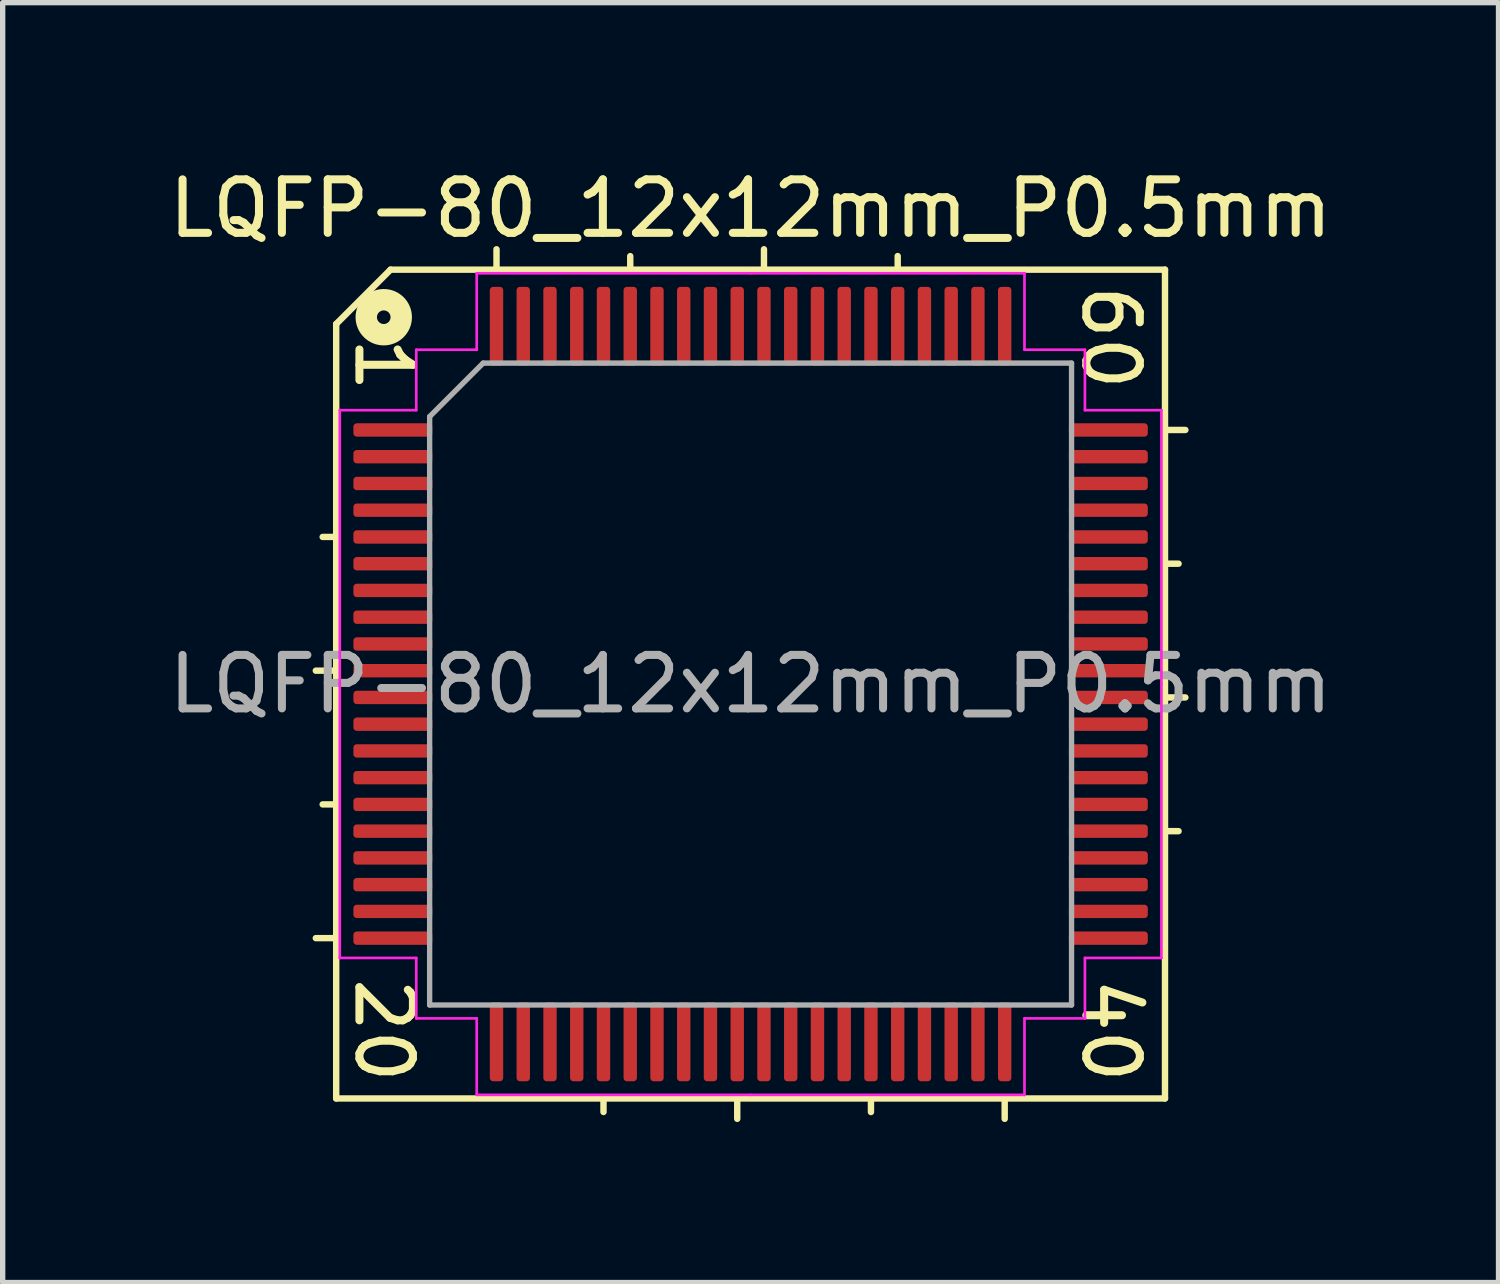
<source format=kicad_pcb>
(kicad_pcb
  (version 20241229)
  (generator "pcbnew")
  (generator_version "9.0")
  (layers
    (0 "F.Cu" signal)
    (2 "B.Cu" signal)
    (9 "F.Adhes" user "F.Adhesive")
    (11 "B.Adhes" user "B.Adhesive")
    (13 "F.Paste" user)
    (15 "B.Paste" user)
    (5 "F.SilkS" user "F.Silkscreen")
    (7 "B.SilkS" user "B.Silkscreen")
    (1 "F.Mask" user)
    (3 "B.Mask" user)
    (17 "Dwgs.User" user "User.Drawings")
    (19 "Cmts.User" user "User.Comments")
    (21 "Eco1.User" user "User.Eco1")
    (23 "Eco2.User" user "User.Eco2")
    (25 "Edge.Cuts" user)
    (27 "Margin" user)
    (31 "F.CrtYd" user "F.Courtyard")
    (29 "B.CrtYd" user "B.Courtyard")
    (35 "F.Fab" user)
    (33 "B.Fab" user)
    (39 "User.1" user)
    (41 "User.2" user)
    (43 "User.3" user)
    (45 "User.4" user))
  (footprint "LQFP-80_12x12mm_P0.5mm"
    (layer "F.Cu")
    (at 10.982 9.738)
    (property "Reference" "LQFP-80_12x12mm_P0.5mm" (at 0 -8.89 0) (layer "F.SilkS") (effects (font (size 1 1) (thickness 0.15))))
    (attr smd)
    (fp_line (start -8.128 -0.25) (end -7.747 -0.25) (stroke (width 0.12) (type solid)) (layer "F.SilkS"))
    (fp_line (start -8.128 4.75) (end -7.747 4.75) (stroke (width 0.12) (type solid)) (layer "F.SilkS"))
    (fp_line (start -8 2.25) (end -7.747 2.25) (stroke (width 0.12) (type solid)) (layer "F.SilkS"))
    (fp_line (start -7.747 -6.731) (end -7.747 7.747) (stroke (width 0.12) (type solid)) (layer "F.SilkS"))
    (fp_line (start -7.747 -2.75) (end -8 -2.75) (stroke (width 0.12) (type solid)) (layer "F.SilkS"))
    (fp_line (start -7.747 7.747) (end 7.747 7.747) (stroke (width 0.12) (type solid)) (layer "F.SilkS"))
    (fp_line (start -6.731 -7.747) (end -7.747 -6.731) (stroke (width 0.12) (type solid)) (layer "F.SilkS"))
    (fp_line (start -4.75 -7.747) (end -4.75 -8.128) (stroke (width 0.12) (type solid)) (layer "F.SilkS"))
    (fp_line (start -2.75 8) (end -2.75 7.747) (stroke (width 0.12) (type solid)) (layer "F.SilkS"))
    (fp_line (start -2.25 -7.747) (end -2.25 -8) (stroke (width 0.12) (type solid)) (layer "F.SilkS"))
    (fp_line (start -0.25 8.128) (end -0.25 7.747) (stroke (width 0.12) (type solid)) (layer "F.SilkS"))
    (fp_line (start 0.25 -7.747) (end 0.25 -8.128) (stroke (width 0.12) (type solid)) (layer "F.SilkS"))
    (fp_line (start 2.25 8.001) (end 2.25 7.747) (stroke (width 0.12) (type solid)) (layer "F.SilkS"))
    (fp_line (start 2.75 -7.747) (end 2.75 -8.001) (stroke (width 0.12) (type solid)) (layer "F.SilkS"))
    (fp_line (start 4.75 8.128) (end 4.75 7.747) (stroke (width 0.12) (type solid)) (layer "F.SilkS"))
    (fp_line (start 7.747 -7.747) (end -6.731 -7.747) (stroke (width 0.12) (type solid)) (layer "F.SilkS"))
    (fp_line (start 7.747 -4.75) (end 8.128 -4.75) (stroke (width 0.12) (type solid)) (layer "F.SilkS"))
    (fp_line (start 7.747 -2.25) (end 8.001 -2.25) (stroke (width 0.12) (type solid)) (layer "F.SilkS"))
    (fp_line (start 7.747 0.25) (end 8.128 0.25) (stroke (width 0.12) (type solid)) (layer "F.SilkS"))
    (fp_line (start 7.747 7.747) (end 7.747 -7.747) (stroke (width 0.12) (type solid)) (layer "F.SilkS"))
    (fp_line (start 7.748 2.75) (end 8.001 2.75) (stroke (width 0.12) (type solid)) (layer "F.SilkS"))
    (fp_circle (center -6.858 -6.858) (end -6.731 -6.858) (stroke (width 0.4) (type solid)) (fill no) (layer "F.SilkS"))
    (fp_line (start -7.68 -5.12) (end -7.68 0) (stroke (width 0.05) (type solid)) (layer "F.CrtYd"))
    (fp_line (start -7.68 5.12) (end -7.68 0) (stroke (width 0.05) (type solid)) (layer "F.CrtYd"))
    (fp_line (start -6.25 -6.25) (end -6.25 -5.12) (stroke (width 0.05) (type solid)) (layer "F.CrtYd"))
    (fp_line (start -6.25 -5.12) (end -7.68 -5.12) (stroke (width 0.05) (type solid)) (layer "F.CrtYd"))
    (fp_line (start -6.25 5.12) (end -7.68 5.12) (stroke (width 0.05) (type solid)) (layer "F.CrtYd"))
    (fp_line (start -6.25 6.25) (end -6.25 5.12) (stroke (width 0.05) (type solid)) (layer "F.CrtYd"))
    (fp_line (start -5.12 -7.68) (end -5.12 -6.25) (stroke (width 0.05) (type solid)) (layer "F.CrtYd"))
    (fp_line (start -5.12 -6.25) (end -6.25 -6.25) (stroke (width 0.05) (type solid)) (layer "F.CrtYd"))
    (fp_line (start -5.12 6.25) (end -6.25 6.25) (stroke (width 0.05) (type solid)) (layer "F.CrtYd"))
    (fp_line (start -5.12 7.68) (end -5.12 6.25) (stroke (width 0.05) (type solid)) (layer "F.CrtYd"))
    (fp_line (start 0 -7.68) (end -5.12 -7.68) (stroke (width 0.05) (type solid)) (layer "F.CrtYd"))
    (fp_line (start 0 -7.68) (end 5.12 -7.68) (stroke (width 0.05) (type solid)) (layer "F.CrtYd"))
    (fp_line (start 0 7.68) (end -5.12 7.68) (stroke (width 0.05) (type solid)) (layer "F.CrtYd"))
    (fp_line (start 0 7.68) (end 5.12 7.68) (stroke (width 0.05) (type solid)) (layer "F.CrtYd"))
    (fp_line (start 5.12 -7.68) (end 5.12 -6.25) (stroke (width 0.05) (type solid)) (layer "F.CrtYd"))
    (fp_line (start 5.12 -6.25) (end 6.25 -6.25) (stroke (width 0.05) (type solid)) (layer "F.CrtYd"))
    (fp_line (start 5.12 6.25) (end 6.25 6.25) (stroke (width 0.05) (type solid)) (layer "F.CrtYd"))
    (fp_line (start 5.12 7.68) (end 5.12 6.25) (stroke (width 0.05) (type solid)) (layer "F.CrtYd"))
    (fp_line (start 6.25 -6.25) (end 6.25 -5.12) (stroke (width 0.05) (type solid)) (layer "F.CrtYd"))
    (fp_line (start 6.25 -5.12) (end 7.68 -5.12) (stroke (width 0.05) (type solid)) (layer "F.CrtYd"))
    (fp_line (start 6.25 5.12) (end 7.68 5.12) (stroke (width 0.05) (type solid)) (layer "F.CrtYd"))
    (fp_line (start 6.25 6.25) (end 6.25 5.12) (stroke (width 0.05) (type solid)) (layer "F.CrtYd"))
    (fp_line (start 7.68 -5.12) (end 7.68 0) (stroke (width 0.05) (type solid)) (layer "F.CrtYd"))
    (fp_line (start 7.68 5.12) (end 7.68 0) (stroke (width 0.05) (type solid)) (layer "F.CrtYd"))
    (fp_line (start -6 -5) (end -5 -6) (stroke (width 0.1) (type solid)) (layer "F.Fab"))
    (fp_line (start -6 6) (end -6 -5) (stroke (width 0.1) (type solid)) (layer "F.Fab"))
    (fp_line (start -5 -6) (end 6 -6) (stroke (width 0.1) (type solid)) (layer "F.Fab"))
    (fp_line (start 6 -6) (end 6 6) (stroke (width 0.1) (type solid)) (layer "F.Fab"))
    (fp_line (start 6 6) (end -6 6) (stroke (width 0.1) (type solid)) (layer "F.Fab"))
    (fp_text user "1" (at -6.858 -5.969 270) (unlocked yes) (layer "F.SilkS") (effects (font (size 1 1) (thickness 0.15))))
    (fp_text user "40" (at 6.731 6.477 270) (unlocked yes) (layer "F.SilkS") (effects (font (size 1 1) (thickness 0.15))))
    (fp_text user "60" (at 6.731 -6.477 270) (unlocked yes) (layer "F.SilkS") (effects (font (size 1 1) (thickness 0.15))))
    (fp_text user "20" (at -6.858 6.477 270) (unlocked yes) (layer "F.SilkS") (effects (font (size 1 1) (thickness 0.15))))
    (fp_text user "${REFERENCE}" (at 0 0 0) (layer "F.Fab") (effects (font (size 1 1) (thickness 0.15))))
    (pad "1" smd roundrect (at -6.688 -4.75) (size 1.475 0.25) (layers "F.Cu" "F.Mask" "F.Paste") (roundrect_rratio 0.25))
    (pad "2" smd roundrect (at -6.688 -4.25) (size 1.475 0.25) (layers "F.Cu" "F.Mask" "F.Paste") (roundrect_rratio 0.25))
    (pad "3" smd roundrect (at -6.688 -3.75) (size 1.475 0.25) (layers "F.Cu" "F.Mask" "F.Paste") (roundrect_rratio 0.25))
    (pad "4" smd roundrect (at -6.688 -3.25) (size 1.475 0.25) (layers "F.Cu" "F.Mask" "F.Paste") (roundrect_rratio 0.25))
    (pad "5" smd roundrect (at -6.688 -2.75) (size 1.475 0.25) (layers "F.Cu" "F.Mask" "F.Paste") (roundrect_rratio 0.25))
    (pad "6" smd roundrect (at -6.688 -2.25) (size 1.475 0.25) (layers "F.Cu" "F.Mask" "F.Paste") (roundrect_rratio 0.25))
    (pad "7" smd roundrect (at -6.688 -1.75) (size 1.475 0.25) (layers "F.Cu" "F.Mask" "F.Paste") (roundrect_rratio 0.25))
    (pad "8" smd roundrect (at -6.688 -1.25) (size 1.475 0.25) (layers "F.Cu" "F.Mask" "F.Paste") (roundrect_rratio 0.25))
    (pad "9" smd roundrect (at -6.688 -0.75) (size 1.475 0.25) (layers "F.Cu" "F.Mask" "F.Paste") (roundrect_rratio 0.25))
    (pad "10" smd roundrect (at -6.688 -0.25) (size 1.475 0.25) (layers "F.Cu" "F.Mask" "F.Paste") (roundrect_rratio 0.25))
    (pad "11" smd roundrect (at -6.688 0.25) (size 1.475 0.25) (layers "F.Cu" "F.Mask" "F.Paste") (roundrect_rratio 0.25))
    (pad "12" smd roundrect (at -6.688 0.75) (size 1.475 0.25) (layers "F.Cu" "F.Mask" "F.Paste") (roundrect_rratio 0.25))
    (pad "13" smd roundrect (at -6.688 1.25) (size 1.475 0.25) (layers "F.Cu" "F.Mask" "F.Paste") (roundrect_rratio 0.25))
    (pad "14" smd roundrect (at -6.688 1.75) (size 1.475 0.25) (layers "F.Cu" "F.Mask" "F.Paste") (roundrect_rratio 0.25))
    (pad "15" smd roundrect (at -6.688 2.25) (size 1.475 0.25) (layers "F.Cu" "F.Mask" "F.Paste") (roundrect_rratio 0.25))
    (pad "16" smd roundrect (at -6.688 2.75) (size 1.475 0.25) (layers "F.Cu" "F.Mask" "F.Paste") (roundrect_rratio 0.25))
    (pad "17" smd roundrect (at -6.688 3.25) (size 1.475 0.25) (layers "F.Cu" "F.Mask" "F.Paste") (roundrect_rratio 0.25))
    (pad "18" smd roundrect (at -6.688 3.75) (size 1.475 0.25) (layers "F.Cu" "F.Mask" "F.Paste") (roundrect_rratio 0.25))
    (pad "19" smd roundrect (at -6.688 4.25) (size 1.475 0.25) (layers "F.Cu" "F.Mask" "F.Paste") (roundrect_rratio 0.25))
    (pad "20" smd roundrect (at -6.688 4.75) (size 1.475 0.25) (layers "F.Cu" "F.Mask" "F.Paste") (roundrect_rratio 0.25))
    (pad "21" smd roundrect (at -4.75 6.688) (size 0.25 1.475) (layers "F.Cu" "F.Mask" "F.Paste") (roundrect_rratio 0.25))
    (pad "22" smd roundrect (at -4.25 6.688) (size 0.25 1.475) (layers "F.Cu" "F.Mask" "F.Paste") (roundrect_rratio 0.25))
    (pad "23" smd roundrect (at -3.75 6.688) (size 0.25 1.475) (layers "F.Cu" "F.Mask" "F.Paste") (roundrect_rratio 0.25))
    (pad "24" smd roundrect (at -3.25 6.688) (size 0.25 1.475) (layers "F.Cu" "F.Mask" "F.Paste") (roundrect_rratio 0.25))
    (pad "25" smd roundrect (at -2.75 6.688) (size 0.25 1.475) (layers "F.Cu" "F.Mask" "F.Paste") (roundrect_rratio 0.25))
    (pad "26" smd roundrect (at -2.25 6.688) (size 0.25 1.475) (layers "F.Cu" "F.Mask" "F.Paste") (roundrect_rratio 0.25))
    (pad "27" smd roundrect (at -1.75 6.688) (size 0.25 1.475) (layers "F.Cu" "F.Mask" "F.Paste") (roundrect_rratio 0.25))
    (pad "28" smd roundrect (at -1.25 6.688) (size 0.25 1.475) (layers "F.Cu" "F.Mask" "F.Paste") (roundrect_rratio 0.25))
    (pad "29" smd roundrect (at -0.75 6.688) (size 0.25 1.475) (layers "F.Cu" "F.Mask" "F.Paste") (roundrect_rratio 0.25))
    (pad "30" smd roundrect (at -0.25 6.688) (size 0.25 1.475) (layers "F.Cu" "F.Mask" "F.Paste") (roundrect_rratio 0.25))
    (pad "31" smd roundrect (at 0.25 6.688) (size 0.25 1.475) (layers "F.Cu" "F.Mask" "F.Paste") (roundrect_rratio 0.25))
    (pad "32" smd roundrect (at 0.75 6.688) (size 0.25 1.475) (layers "F.Cu" "F.Mask" "F.Paste") (roundrect_rratio 0.25))
    (pad "33" smd roundrect (at 1.25 6.688) (size 0.25 1.475) (layers "F.Cu" "F.Mask" "F.Paste") (roundrect_rratio 0.25))
    (pad "34" smd roundrect (at 1.75 6.688) (size 0.25 1.475) (layers "F.Cu" "F.Mask" "F.Paste") (roundrect_rratio 0.25))
    (pad "35" smd roundrect (at 2.25 6.688) (size 0.25 1.475) (layers "F.Cu" "F.Mask" "F.Paste") (roundrect_rratio 0.25))
    (pad "36" smd roundrect (at 2.75 6.688) (size 0.25 1.475) (layers "F.Cu" "F.Mask" "F.Paste") (roundrect_rratio 0.25))
    (pad "37" smd roundrect (at 3.25 6.688) (size 0.25 1.475) (layers "F.Cu" "F.Mask" "F.Paste") (roundrect_rratio 0.25))
    (pad "38" smd roundrect (at 3.75 6.688) (size 0.25 1.475) (layers "F.Cu" "F.Mask" "F.Paste") (roundrect_rratio 0.25))
    (pad "39" smd roundrect (at 4.25 6.688) (size 0.25 1.475) (layers "F.Cu" "F.Mask" "F.Paste") (roundrect_rratio 0.25))
    (pad "40" smd roundrect (at 4.75 6.688) (size 0.25 1.475) (layers "F.Cu" "F.Mask" "F.Paste") (roundrect_rratio 0.25))
    (pad "41" smd roundrect (at 6.688 4.75) (size 1.475 0.25) (layers "F.Cu" "F.Mask" "F.Paste") (roundrect_rratio 0.25))
    (pad "42" smd roundrect (at 6.688 4.25) (size 1.475 0.25) (layers "F.Cu" "F.Mask" "F.Paste") (roundrect_rratio 0.25))
    (pad "43" smd roundrect (at 6.688 3.75) (size 1.475 0.25) (layers "F.Cu" "F.Mask" "F.Paste") (roundrect_rratio 0.25))
    (pad "44" smd roundrect (at 6.688 3.25) (size 1.475 0.25) (layers "F.Cu" "F.Mask" "F.Paste") (roundrect_rratio 0.25))
    (pad "45" smd roundrect (at 6.688 2.75) (size 1.475 0.25) (layers "F.Cu" "F.Mask" "F.Paste") (roundrect_rratio 0.25))
    (pad "46" smd roundrect (at 6.688 2.25) (size 1.475 0.25) (layers "F.Cu" "F.Mask" "F.Paste") (roundrect_rratio 0.25))
    (pad "47" smd roundrect (at 6.688 1.75) (size 1.475 0.25) (layers "F.Cu" "F.Mask" "F.Paste") (roundrect_rratio 0.25))
    (pad "48" smd roundrect (at 6.688 1.25) (size 1.475 0.25) (layers "F.Cu" "F.Mask" "F.Paste") (roundrect_rratio 0.25))
    (pad "49" smd roundrect (at 6.688 0.75) (size 1.475 0.25) (layers "F.Cu" "F.Mask" "F.Paste") (roundrect_rratio 0.25))
    (pad "50" smd roundrect (at 6.688 0.25) (size 1.475 0.25) (layers "F.Cu" "F.Mask" "F.Paste") (roundrect_rratio 0.25))
    (pad "51" smd roundrect (at 6.688 -0.25) (size 1.475 0.25) (layers "F.Cu" "F.Mask" "F.Paste") (roundrect_rratio 0.25))
    (pad "52" smd roundrect (at 6.688 -0.75) (size 1.475 0.25) (layers "F.Cu" "F.Mask" "F.Paste") (roundrect_rratio 0.25))
    (pad "53" smd roundrect (at 6.688 -1.25) (size 1.475 0.25) (layers "F.Cu" "F.Mask" "F.Paste") (roundrect_rratio 0.25))
    (pad "54" smd roundrect (at 6.688 -1.75) (size 1.475 0.25) (layers "F.Cu" "F.Mask" "F.Paste") (roundrect_rratio 0.25))
    (pad "55" smd roundrect (at 6.688 -2.25) (size 1.475 0.25) (layers "F.Cu" "F.Mask" "F.Paste") (roundrect_rratio 0.25))
    (pad "56" smd roundrect (at 6.688 -2.75) (size 1.475 0.25) (layers "F.Cu" "F.Mask" "F.Paste") (roundrect_rratio 0.25))
    (pad "57" smd roundrect (at 6.688 -3.25) (size 1.475 0.25) (layers "F.Cu" "F.Mask" "F.Paste") (roundrect_rratio 0.25))
    (pad "58" smd roundrect (at 6.688 -3.75) (size 1.475 0.25) (layers "F.Cu" "F.Mask" "F.Paste") (roundrect_rratio 0.25))
    (pad "59" smd roundrect (at 6.688 -4.25) (size 1.475 0.25) (layers "F.Cu" "F.Mask" "F.Paste") (roundrect_rratio 0.25))
    (pad "60" smd roundrect (at 6.688 -4.75) (size 1.475 0.25) (layers "F.Cu" "F.Mask" "F.Paste") (roundrect_rratio 0.25))
    (pad "61" smd roundrect (at 4.75 -6.688) (size 0.25 1.475) (layers "F.Cu" "F.Mask" "F.Paste") (roundrect_rratio 0.25))
    (pad "62" smd roundrect (at 4.25 -6.688) (size 0.25 1.475) (layers "F.Cu" "F.Mask" "F.Paste") (roundrect_rratio 0.25))
    (pad "63" smd roundrect (at 3.75 -6.688) (size 0.25 1.475) (layers "F.Cu" "F.Mask" "F.Paste") (roundrect_rratio 0.25))
    (pad "64" smd roundrect (at 3.25 -6.688) (size 0.25 1.475) (layers "F.Cu" "F.Mask" "F.Paste") (roundrect_rratio 0.25))
    (pad "65" smd roundrect (at 2.75 -6.688) (size 0.25 1.475) (layers "F.Cu" "F.Mask" "F.Paste") (roundrect_rratio 0.25))
    (pad "66" smd roundrect (at 2.25 -6.688) (size 0.25 1.475) (layers "F.Cu" "F.Mask" "F.Paste") (roundrect_rratio 0.25))
    (pad "67" smd roundrect (at 1.75 -6.688) (size 0.25 1.475) (layers "F.Cu" "F.Mask" "F.Paste") (roundrect_rratio 0.25))
    (pad "68" smd roundrect (at 1.25 -6.688) (size 0.25 1.475) (layers "F.Cu" "F.Mask" "F.Paste") (roundrect_rratio 0.25))
    (pad "69" smd roundrect (at 0.75 -6.688) (size 0.25 1.475) (layers "F.Cu" "F.Mask" "F.Paste") (roundrect_rratio 0.25))
    (pad "70" smd roundrect (at 0.25 -6.688) (size 0.25 1.475) (layers "F.Cu" "F.Mask" "F.Paste") (roundrect_rratio 0.25))
    (pad "71" smd roundrect (at -0.25 -6.688) (size 0.25 1.475) (layers "F.Cu" "F.Mask" "F.Paste") (roundrect_rratio 0.25))
    (pad "72" smd roundrect (at -0.75 -6.688) (size 0.25 1.475) (layers "F.Cu" "F.Mask" "F.Paste") (roundrect_rratio 0.25))
    (pad "73" smd roundrect (at -1.25 -6.688) (size 0.25 1.475) (layers "F.Cu" "F.Mask" "F.Paste") (roundrect_rratio 0.25))
    (pad "74" smd roundrect (at -1.75 -6.688) (size 0.25 1.475) (layers "F.Cu" "F.Mask" "F.Paste") (roundrect_rratio 0.25))
    (pad "75" smd roundrect (at -2.25 -6.688) (size 0.25 1.475) (layers "F.Cu" "F.Mask" "F.Paste") (roundrect_rratio 0.25))
    (pad "76" smd roundrect (at -2.75 -6.688) (size 0.25 1.475) (layers "F.Cu" "F.Mask" "F.Paste") (roundrect_rratio 0.25))
    (pad "77" smd roundrect (at -3.25 -6.688) (size 0.25 1.475) (layers "F.Cu" "F.Mask" "F.Paste") (roundrect_rratio 0.25))
    (pad "78" smd roundrect (at -3.75 -6.688) (size 0.25 1.475) (layers "F.Cu" "F.Mask" "F.Paste") (roundrect_rratio 0.25))
    (pad "79" smd roundrect (at -4.25 -6.688) (size 0.25 1.475) (layers "F.Cu" "F.Mask" "F.Paste") (roundrect_rratio 0.25))
    (pad "80" smd roundrect (at -4.75 -6.688) (size 0.25 1.475) (layers "F.Cu" "F.Mask" "F.Paste") (roundrect_rratio 0.25)))
  (gr_rect
    (start -3 -3)
    (end 24.964 20.926)
    (stroke (width 0.1) (type default))
    (fill no)
    (layer "Edge.Cuts")))
</source>
